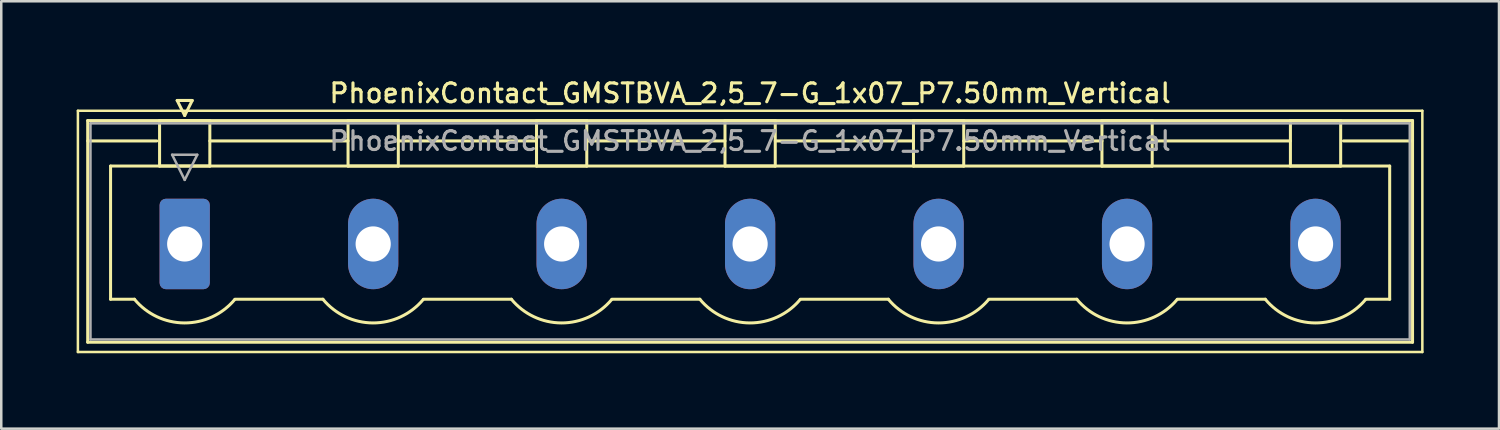
<source format=kicad_pcb>
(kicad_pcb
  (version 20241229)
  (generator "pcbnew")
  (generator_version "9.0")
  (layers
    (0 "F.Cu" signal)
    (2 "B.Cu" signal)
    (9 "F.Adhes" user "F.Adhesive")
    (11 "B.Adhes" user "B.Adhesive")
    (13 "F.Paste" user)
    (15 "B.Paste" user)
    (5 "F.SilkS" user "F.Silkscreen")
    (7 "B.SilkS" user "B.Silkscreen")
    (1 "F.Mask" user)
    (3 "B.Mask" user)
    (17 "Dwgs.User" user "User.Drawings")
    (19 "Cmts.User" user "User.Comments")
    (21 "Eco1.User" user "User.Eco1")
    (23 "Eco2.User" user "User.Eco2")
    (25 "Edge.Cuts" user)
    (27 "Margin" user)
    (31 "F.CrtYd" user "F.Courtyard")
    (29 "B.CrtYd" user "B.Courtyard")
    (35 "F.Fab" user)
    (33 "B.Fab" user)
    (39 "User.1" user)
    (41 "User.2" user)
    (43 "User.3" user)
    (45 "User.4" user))
  (footprint "PhoenixContact_GMSTBVA_2,5_7-G_1x07_P7.50mm_Vertical"
    (layer "F.Cu")
    (at 4.3 6.658)
    (property "Reference" "PhoenixContact_GMSTBVA_2,5_7-G_1x07_P7.50mm_Vertical" (at 22.5 -6 0) (layer "F.SilkS") (effects (font (size 0.75 0.75) (thickness 0.125))))
    (attr through_hole)
    (fp_line (start -4.25 -5.3) (end -4.25 4.3) (stroke (width 0.1) (type solid)) (layer "F.SilkS"))
    (fp_line (start -4.25 4.3) (end 49.25 4.3) (stroke (width 0.1) (type solid)) (layer "F.SilkS"))
    (fp_line (start -3.86 -4.91) (end -3.86 3.91) (stroke (width 0.12) (type solid)) (layer "F.SilkS"))
    (fp_line (start -3.86 -4.1) (end -1.11 -4.1) (stroke (width 0.12) (type solid)) (layer "F.SilkS"))
    (fp_line (start -3.86 3.91) (end 48.86 3.91) (stroke (width 0.12) (type solid)) (layer "F.SilkS"))
    (fp_line (start -2.95 -3.1) (end 47.95 -3.1) (stroke (width 0.12) (type solid)) (layer "F.SilkS"))
    (fp_line (start -2.95 2.2) (end -2.95 -3.1) (stroke (width 0.12) (type solid)) (layer "F.SilkS"))
    (fp_line (start -2 2.2) (end -2.95 2.2) (stroke (width 0.12) (type solid)) (layer "F.SilkS"))
    (fp_line (start -1 -4.91) (end 1 -4.91) (stroke (width 0.12) (type solid)) (layer "F.SilkS"))
    (fp_line (start -1 -3.1) (end -1 -4.91) (stroke (width 0.12) (type solid)) (layer "F.SilkS"))
    (fp_line (start -0.3 -5.71) (end 0.3 -5.71) (stroke (width 0.12) (type solid)) (layer "F.SilkS"))
    (fp_line (start 0 -5.11) (end -0.3 -5.71) (stroke (width 0.12) (type solid)) (layer "F.SilkS"))
    (fp_line (start 0.3 -5.71) (end 0 -5.11) (stroke (width 0.12) (type solid)) (layer "F.SilkS"))
    (fp_line (start 1 -4.91) (end 1 -3.1) (stroke (width 0.12) (type solid)) (layer "F.SilkS"))
    (fp_line (start 1 -4.1) (end 6.5 -4.1) (stroke (width 0.12) (type solid)) (layer "F.SilkS"))
    (fp_line (start 1 -3.1) (end -1 -3.1) (stroke (width 0.12) (type solid)) (layer "F.SilkS"))
    (fp_line (start 2 2.2) (end 5.5 2.2) (stroke (width 0.12) (type solid)) (layer "F.SilkS"))
    (fp_line (start 6.5 -4.91) (end 8.5 -4.91) (stroke (width 0.12) (type solid)) (layer "F.SilkS"))
    (fp_line (start 6.5 -3.1) (end 6.5 -4.91) (stroke (width 0.12) (type solid)) (layer "F.SilkS"))
    (fp_line (start 8.5 -4.91) (end 8.5 -3.1) (stroke (width 0.12) (type solid)) (layer "F.SilkS"))
    (fp_line (start 8.5 -4.1) (end 14 -4.1) (stroke (width 0.12) (type solid)) (layer "F.SilkS"))
    (fp_line (start 8.5 -3.1) (end 6.5 -3.1) (stroke (width 0.12) (type solid)) (layer "F.SilkS"))
    (fp_line (start 9.5 2.2) (end 13 2.2) (stroke (width 0.12) (type solid)) (layer "F.SilkS"))
    (fp_line (start 14 -4.91) (end 16 -4.91) (stroke (width 0.12) (type solid)) (layer "F.SilkS"))
    (fp_line (start 14 -3.1) (end 14 -4.91) (stroke (width 0.12) (type solid)) (layer "F.SilkS"))
    (fp_line (start 16 -4.91) (end 16 -3.1) (stroke (width 0.12) (type solid)) (layer "F.SilkS"))
    (fp_line (start 16 -4.1) (end 21.5 -4.1) (stroke (width 0.12) (type solid)) (layer "F.SilkS"))
    (fp_line (start 16 -3.1) (end 14 -3.1) (stroke (width 0.12) (type solid)) (layer "F.SilkS"))
    (fp_line (start 17 2.2) (end 20.5 2.2) (stroke (width 0.12) (type solid)) (layer "F.SilkS"))
    (fp_line (start 21.5 -4.91) (end 23.5 -4.91) (stroke (width 0.12) (type solid)) (layer "F.SilkS"))
    (fp_line (start 21.5 -3.1) (end 21.5 -4.91) (stroke (width 0.12) (type solid)) (layer "F.SilkS"))
    (fp_line (start 23.5 -4.91) (end 23.5 -3.1) (stroke (width 0.12) (type solid)) (layer "F.SilkS"))
    (fp_line (start 23.5 -4.1) (end 29 -4.1) (stroke (width 0.12) (type solid)) (layer "F.SilkS"))
    (fp_line (start 23.5 -3.1) (end 21.5 -3.1) (stroke (width 0.12) (type solid)) (layer "F.SilkS"))
    (fp_line (start 24.5 2.2) (end 28 2.2) (stroke (width 0.12) (type solid)) (layer "F.SilkS"))
    (fp_line (start 29 -4.91) (end 31 -4.91) (stroke (width 0.12) (type solid)) (layer "F.SilkS"))
    (fp_line (start 29 -3.1) (end 29 -4.91) (stroke (width 0.12) (type solid)) (layer "F.SilkS"))
    (fp_line (start 31 -4.91) (end 31 -3.1) (stroke (width 0.12) (type solid)) (layer "F.SilkS"))
    (fp_line (start 31 -4.1) (end 36.5 -4.1) (stroke (width 0.12) (type solid)) (layer "F.SilkS"))
    (fp_line (start 31 -3.1) (end 29 -3.1) (stroke (width 0.12) (type solid)) (layer "F.SilkS"))
    (fp_line (start 32 2.2) (end 35.5 2.2) (stroke (width 0.12) (type solid)) (layer "F.SilkS"))
    (fp_line (start 36.5 -4.91) (end 38.5 -4.91) (stroke (width 0.12) (type solid)) (layer "F.SilkS"))
    (fp_line (start 36.5 -3.1) (end 36.5 -4.91) (stroke (width 0.12) (type solid)) (layer "F.SilkS"))
    (fp_line (start 38.5 -4.91) (end 38.5 -3.1) (stroke (width 0.12) (type solid)) (layer "F.SilkS"))
    (fp_line (start 38.5 -4.1) (end 44 -4.1) (stroke (width 0.12) (type solid)) (layer "F.SilkS"))
    (fp_line (start 38.5 -3.1) (end 36.5 -3.1) (stroke (width 0.12) (type solid)) (layer "F.SilkS"))
    (fp_line (start 39.5 2.2) (end 43 2.2) (stroke (width 0.12) (type solid)) (layer "F.SilkS"))
    (fp_line (start 44 -4.91) (end 46 -4.91) (stroke (width 0.12) (type solid)) (layer "F.SilkS"))
    (fp_line (start 44 -3.1) (end 44 -4.91) (stroke (width 0.12) (type solid)) (layer "F.SilkS"))
    (fp_line (start 46 -4.91) (end 46 -3.1) (stroke (width 0.12) (type solid)) (layer "F.SilkS"))
    (fp_line (start 46 -3.1) (end 44 -3.1) (stroke (width 0.12) (type solid)) (layer "F.SilkS"))
    (fp_line (start 47.95 -3.1) (end 47.95 2.2) (stroke (width 0.12) (type solid)) (layer "F.SilkS"))
    (fp_line (start 47.95 2.2) (end 47 2.2) (stroke (width 0.12) (type solid)) (layer "F.SilkS"))
    (fp_line (start 48.86 -4.91) (end -3.86 -4.91) (stroke (width 0.12) (type solid)) (layer "F.SilkS"))
    (fp_line (start 48.86 -4.1) (end 46.11 -4.1) (stroke (width 0.12) (type solid)) (layer "F.SilkS"))
    (fp_line (start 48.86 3.91) (end 48.86 -4.91) (stroke (width 0.12) (type solid)) (layer "F.SilkS"))
    (fp_line (start 49.25 -5.3) (end -4.25 -5.3) (stroke (width 0.1) (type solid)) (layer "F.SilkS"))
    (fp_line (start 49.25 4.3) (end 49.25 -5.3) (stroke (width 0.1) (type solid)) (layer "F.SilkS"))
    (fp_arc (start 1.986842 2.215821) (mid -0.010289 3.142758) (end -2 2.2) (stroke (width 0.12) (type solid)) (layer "F.SilkS"))
    (fp_arc (start 9.486842 2.215821) (mid 7.489711 3.142758) (end 5.5 2.2) (stroke (width 0.12) (type solid)) (layer "F.SilkS"))
    (fp_arc (start 16.986842 2.215821) (mid 14.989711 3.142758) (end 13 2.2) (stroke (width 0.12) (type solid)) (layer "F.SilkS"))
    (fp_arc (start 24.486842 2.215821) (mid 22.489711 3.142758) (end 20.5 2.2) (stroke (width 0.12) (type solid)) (layer "F.SilkS"))
    (fp_arc (start 31.986842 2.215821) (mid 29.989711 3.142758) (end 28 2.2) (stroke (width 0.12) (type solid)) (layer "F.SilkS"))
    (fp_arc (start 39.486842 2.215821) (mid 37.489711 3.142758) (end 35.5 2.2) (stroke (width 0.12) (type solid)) (layer "F.SilkS"))
    (fp_arc (start 46.986842 2.215821) (mid 44.989711 3.142758) (end 43 2.2) (stroke (width 0.12) (type solid)) (layer "F.SilkS"))
    (fp_line (start -3.75 -4.8) (end -3.75 3.8) (stroke (width 0.1) (type solid)) (layer "F.Fab"))
    (fp_line (start -3.75 3.8) (end 48.75 3.8) (stroke (width 0.1) (type solid)) (layer "F.Fab"))
    (fp_line (start -0.5 -3.55) (end 0.5 -3.55) (stroke (width 0.1) (type solid)) (layer "F.Fab"))
    (fp_line (start 0 -2.55) (end -0.5 -3.55) (stroke (width 0.1) (type solid)) (layer "F.Fab"))
    (fp_line (start 0.5 -3.55) (end 0 -2.55) (stroke (width 0.1) (type solid)) (layer "F.Fab"))
    (fp_line (start 48.75 -4.8) (end -3.75 -4.8) (stroke (width 0.1) (type solid)) (layer "F.Fab"))
    (fp_line (start 48.75 3.8) (end 48.75 -4.8) (stroke (width 0.1) (type solid)) (layer "F.Fab"))
    (fp_text user "${REFERENCE}" (at 22.5 -4.1 0) (layer "F.Fab") (effects (font (size 0.75 0.75) (thickness 0.125))))
    (pad "1" thru_hole roundrect (at 0 0) (size 2 3.6) (drill 1.4) (layers "*.Cu" "*.Mask") (roundrect_rratio 0.125))
    (pad "2" thru_hole oval (at 7.5 0) (size 2 3.6) (drill 1.4) (layers "*.Cu" "*.Mask"))
    (pad "3" thru_hole oval (at 15 0) (size 2 3.6) (drill 1.4) (layers "*.Cu" "*.Mask"))
    (pad "4" thru_hole oval (at 22.5 0) (size 2 3.6) (drill 1.4) (layers "*.Cu" "*.Mask"))
    (pad "5" thru_hole oval (at 30 0) (size 2 3.6) (drill 1.4) (layers "*.Cu" "*.Mask"))
    (pad "6" thru_hole oval (at 37.5 0) (size 2 3.6) (drill 1.4) (layers "*.Cu" "*.Mask"))
    (pad "7" thru_hole oval (at 45 0) (size 2 3.6) (drill 1.4) (layers "*.Cu" "*.Mask")))
  (gr_rect
    (start -3 -3)
    (end 56.6 14.008)
    (stroke (width 0.1) (type default))
    (fill no)
    (layer "Edge.Cuts")))
</source>
